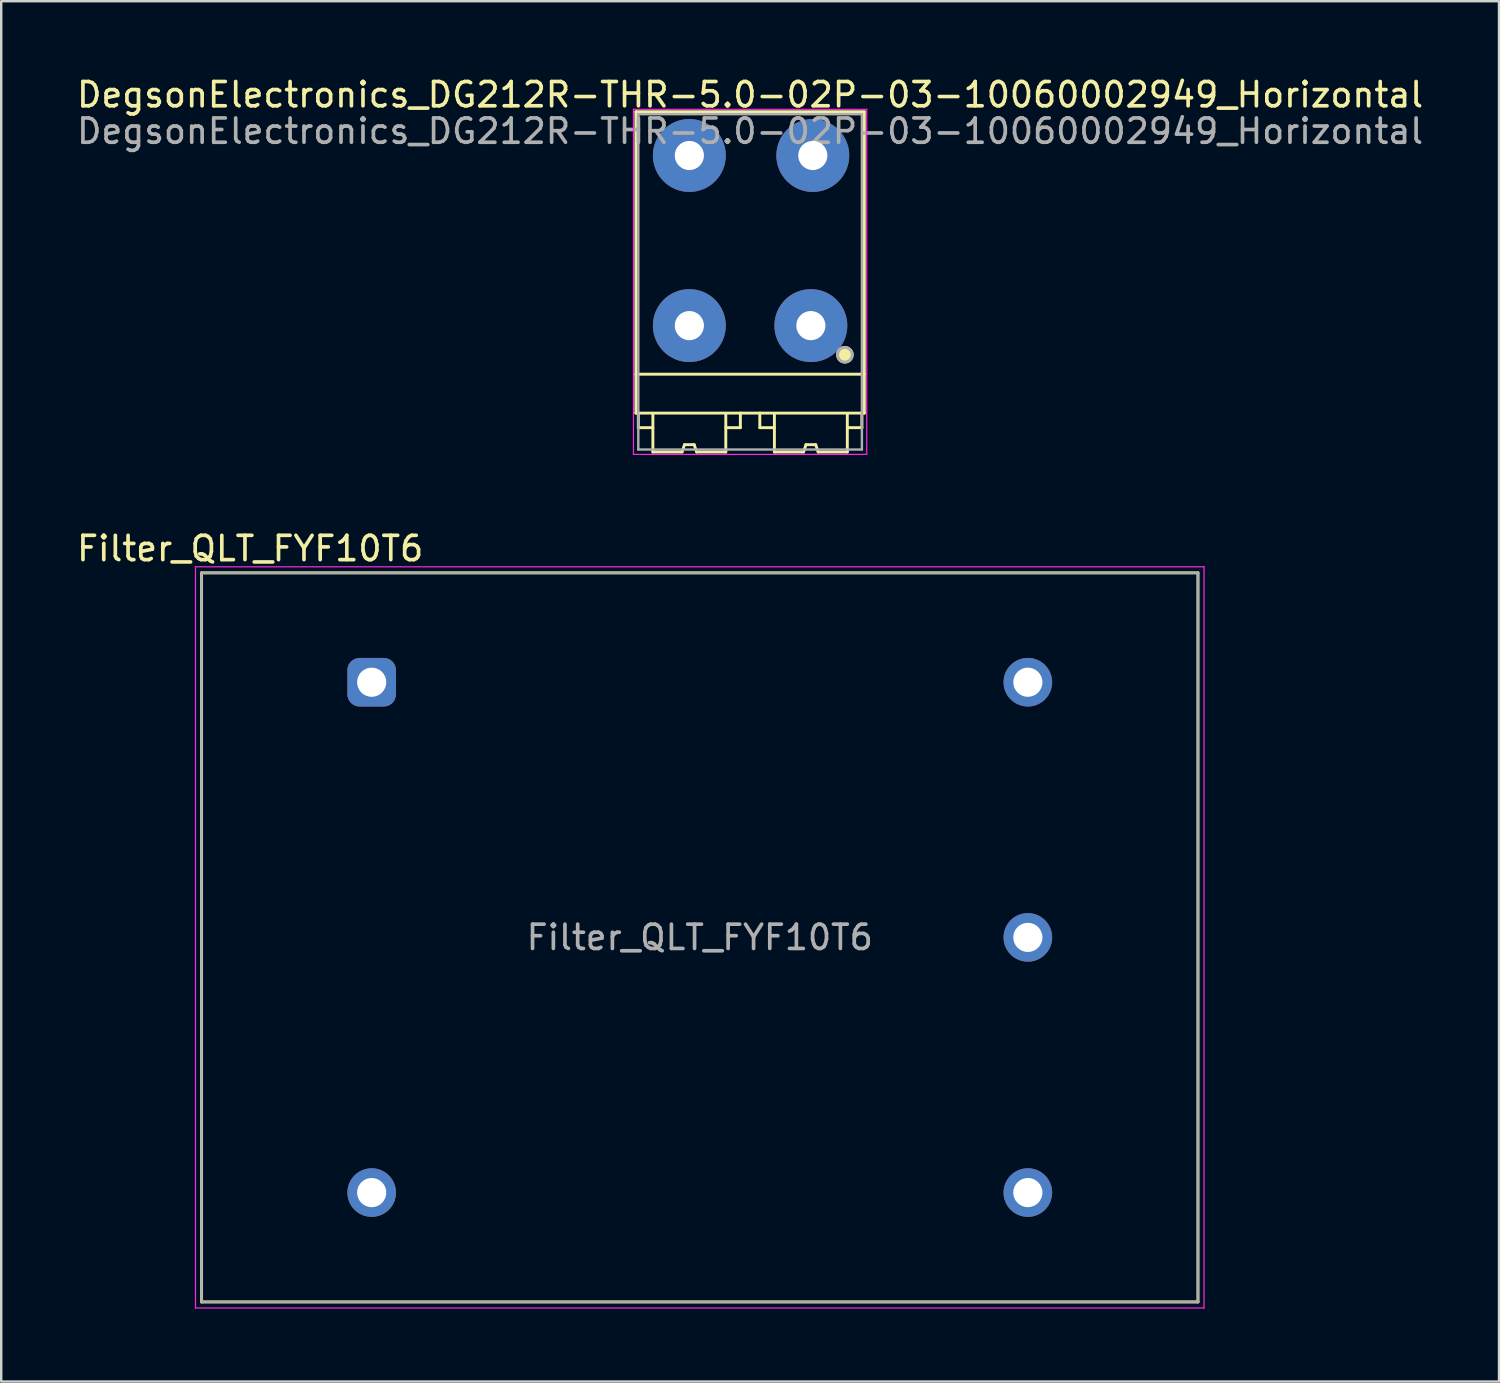
<source format=kicad_pcb>
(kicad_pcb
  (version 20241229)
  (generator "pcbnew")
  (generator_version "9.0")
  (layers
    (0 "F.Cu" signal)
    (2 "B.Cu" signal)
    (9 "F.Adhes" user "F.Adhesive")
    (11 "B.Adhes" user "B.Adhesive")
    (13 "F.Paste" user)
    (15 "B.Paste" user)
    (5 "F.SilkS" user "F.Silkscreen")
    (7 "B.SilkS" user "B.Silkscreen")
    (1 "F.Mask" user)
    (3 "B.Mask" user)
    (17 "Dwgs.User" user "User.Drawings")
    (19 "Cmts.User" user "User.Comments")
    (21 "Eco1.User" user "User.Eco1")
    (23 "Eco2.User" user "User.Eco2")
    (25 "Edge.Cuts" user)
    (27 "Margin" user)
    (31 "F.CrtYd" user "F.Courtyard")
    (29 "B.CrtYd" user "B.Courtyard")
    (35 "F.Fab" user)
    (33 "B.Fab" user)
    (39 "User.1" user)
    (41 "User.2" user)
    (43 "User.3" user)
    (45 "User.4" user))
  (footprint "Filter_QLT_FYF10T6"
    (layer "F.Cu")
    (at 5.244 50.522)
    (property "Reference" "Filter_QLT_FYF10T6" (at 2 -31 0) (layer "F.SilkS") (effects (font (size 1 1) (thickness 0.15))))
    (attr through_hole)
    (fp_line (start 0 -30) (end 41 -30) (stroke (width 0.12) (type solid)) (layer "F.SilkS"))
    (fp_line (start 0 0) (end 0 -30) (stroke (width 0.12) (type solid)) (layer "F.SilkS"))
    (fp_line (start 41 -30) (end 41 0) (stroke (width 0.12) (type solid)) (layer "F.SilkS"))
    (fp_line (start 41 0) (end 0 0) (stroke (width 0.12) (type solid)) (layer "F.SilkS"))
    (fp_line (start -0.25 -30.25) (end 41.25 -30.25) (stroke (width 0.05) (type solid)) (layer "F.CrtYd"))
    (fp_line (start -0.25 0.25) (end -0.25 -30.25) (stroke (width 0.05) (type solid)) (layer "F.CrtYd"))
    (fp_line (start 41.25 -30.25) (end 41.25 0.25) (stroke (width 0.05) (type solid)) (layer "F.CrtYd"))
    (fp_line (start 41.25 0.25) (end -0.25 0.25) (stroke (width 0.05) (type solid)) (layer "F.CrtYd"))
    (fp_line (start 0 -30) (end 41 -30) (stroke (width 0.1) (type solid)) (layer "F.Fab"))
    (fp_line (start 0 0) (end 0 -30) (stroke (width 0.1) (type solid)) (layer "F.Fab"))
    (fp_line (start 41 -30) (end 41 0) (stroke (width 0.1) (type solid)) (layer "F.Fab"))
    (fp_line (start 41 0) (end 0 0) (stroke (width 0.1) (type solid)) (layer "F.Fab"))
    (fp_text user "${REFERENCE}" (at 20.5 -15 0) (layer "F.Fab") (effects (font (size 1 1) (thickness 0.15))))
    (pad "1" thru_hole roundrect (at 7 -25.5) (size 2 2) (drill 1.2) (layers "*.Cu" "*.Mask") (roundrect_rratio 0.25))
    (pad "2" thru_hole circle (at 7 -4.5) (size 2 2) (drill 1.2) (layers "*.Cu" "*.Mask"))
    (pad "3" thru_hole circle (at 34 -4.5) (size 2 2) (drill 1.2) (layers "*.Cu" "*.Mask"))
    (pad "4" thru_hole circle (at 34 -15) (size 2 2) (drill 1.2) (layers "*.Cu" "*.Mask"))
    (pad "5" thru_hole circle (at 34 -25.5) (size 2 2) (drill 1.2) (layers "*.Cu" "*.Mask")))
  (footprint "DegsonElectronics_DG212R-THR-5.0-02P-03-10060002949_Horizontal"
    (layer "F.Cu")
    (at 25.315 3.348)
    (property "Reference" "DegsonElectronics_DG212R-THR-5.0-02P-03-10060002949_Horizontal" (at 2.5 -2.5 0) (layer "F.SilkS") (effects (font (size 1 1) (thickness 0.15))))
    (attr through_hole)
    (fp_line (start -2.2 -1.8) (end -2.2 10.6) (stroke (width 0.12) (type solid)) (layer "F.SilkS"))
    (fp_line (start -2.2 9) (end 7.2 9) (stroke (width 0.12) (type solid)) (layer "F.SilkS"))
    (fp_line (start -2.1 11.2) (end -2.1 10.6) (stroke (width 0.12) (type solid)) (layer "F.SilkS"))
    (fp_line (start -2.1 11.2) (end -1.5 11.2) (stroke (width 0.12) (type solid)) (layer "F.SilkS"))
    (fp_line (start -1.5 10.65) (end -1.5 12.2) (stroke (width 0.12) (type solid)) (layer "F.SilkS"))
    (fp_line (start -1.5 12.2) (end -0.3 12.2) (stroke (width 0.12) (type solid)) (layer "F.SilkS"))
    (fp_line (start -0.3 12.2) (end -0.2 11.9) (stroke (width 0.12) (type solid)) (layer "F.SilkS"))
    (fp_line (start -0.2 11.9) (end 0.2 11.9) (stroke (width 0.12) (type solid)) (layer "F.SilkS"))
    (fp_line (start 0.3 12.2) (end 0.2 11.9) (stroke (width 0.12) (type solid)) (layer "F.SilkS"))
    (fp_line (start 0.3 12.2) (end 1.5 12.2) (stroke (width 0.12) (type solid)) (layer "F.SilkS"))
    (fp_line (start 1.5 12.2) (end 1.5 10.65) (stroke (width 0.12) (type solid)) (layer "F.SilkS"))
    (fp_line (start 2.1 11.2) (end 1.5 11.2) (stroke (width 0.12) (type solid)) (layer "F.SilkS"))
    (fp_line (start 2.1 11.2) (end 2.1 10.6) (stroke (width 0.12) (type solid)) (layer "F.SilkS"))
    (fp_line (start 2.9 11.2) (end 2.9 10.6) (stroke (width 0.12) (type solid)) (layer "F.SilkS"))
    (fp_line (start 2.9 11.2) (end 3.5 11.2) (stroke (width 0.12) (type solid)) (layer "F.SilkS"))
    (fp_line (start 3.5 10.65) (end 3.5 12.2) (stroke (width 0.12) (type solid)) (layer "F.SilkS"))
    (fp_line (start 3.5 12.2) (end 4.7 12.2) (stroke (width 0.12) (type solid)) (layer "F.SilkS"))
    (fp_line (start 4.7 12.2) (end 4.8 11.9) (stroke (width 0.12) (type solid)) (layer "F.SilkS"))
    (fp_line (start 4.8 11.9) (end 5.2 11.9) (stroke (width 0.12) (type solid)) (layer "F.SilkS"))
    (fp_line (start 5.3 12.2) (end 5.2 11.9) (stroke (width 0.12) (type solid)) (layer "F.SilkS"))
    (fp_line (start 5.3 12.2) (end 6.5 12.2) (stroke (width 0.12) (type solid)) (layer "F.SilkS"))
    (fp_line (start 6.5 12.2) (end 6.5 10.65) (stroke (width 0.12) (type solid)) (layer "F.SilkS"))
    (fp_line (start 7.1 11.2) (end 6.5 11.2) (stroke (width 0.12) (type solid)) (layer "F.SilkS"))
    (fp_line (start 7.1 11.2) (end 7.1 10.6) (stroke (width 0.12) (type solid)) (layer "F.SilkS"))
    (fp_line (start 7.2 -1.8) (end -2.2 -1.8) (stroke (width 0.12) (type solid)) (layer "F.SilkS"))
    (fp_line (start 7.2 10.6) (end -2.2 10.6) (stroke (width 0.12) (type solid)) (layer "F.SilkS"))
    (fp_line (start 7.2 10.6) (end 7.2 -1.8) (stroke (width 0.12) (type solid)) (layer "F.SilkS"))
    (fp_circle (center 6.4 8.2) (end 6.7 8.2) (stroke (width 0.12) (type solid)) (fill yes) (layer "F.SilkS"))
    (fp_line (start -2.3 -1.9) (end -2.3 12.3) (stroke (width 0.05) (type solid)) (layer "F.CrtYd"))
    (fp_line (start -2.3 12.3) (end 7.3 12.3) (stroke (width 0.05) (type solid)) (layer "F.CrtYd"))
    (fp_line (start 7.3 -1.9) (end -2.3 -1.9) (stroke (width 0.05) (type solid)) (layer "F.CrtYd"))
    (fp_line (start 7.3 12.3) (end 7.3 -1.9) (stroke (width 0.05) (type solid)) (layer "F.CrtYd"))
    (fp_line (start -2.1 -1.7) (end -2.1 12.1) (stroke (width 0.1) (type solid)) (layer "F.Fab"))
    (fp_line (start -2.1 12.1) (end 7.1 12.1) (stroke (width 0.1) (type solid)) (layer "F.Fab"))
    (fp_line (start 7.1 -1.7) (end -2.1 -1.7) (stroke (width 0.1) (type solid)) (layer "F.Fab"))
    (fp_line (start 7.1 12.1) (end 7.1 -1.7) (stroke (width 0.1) (type solid)) (layer "F.Fab"))
    (fp_circle (center 6.4 8.2) (end 6.7 8.2) (stroke (width 0.12) (type solid)) (fill no) (layer "F.Fab"))
    (fp_text user "${REFERENCE}" (at 2.5 -1 0) (layer "F.Fab") (effects (font (size 1 1) (thickness 0.15))))
    (pad "1" thru_hole circle (at 5 7) (size 3 3) (drill 1.2) (layers "*.Cu" "*.Mask"))
    (pad "1" thru_hole circle (at 5.08 0) (size 3 3) (drill 1.2) (layers "*.Cu" "*.Mask"))
    (pad "2" thru_hole circle (at 0 0) (size 3 3) (drill 1.2) (layers "*.Cu" "*.Mask"))
    (pad "2" thru_hole circle (at 0 7) (size 3 3) (drill 1.2) (layers "*.Cu" "*.Mask")))
  (gr_rect
    (start -3 -3)
    (end 58.631 53.797)
    (stroke (width 0.1) (type default))
    (fill no)
    (layer "Edge.Cuts")))
</source>
